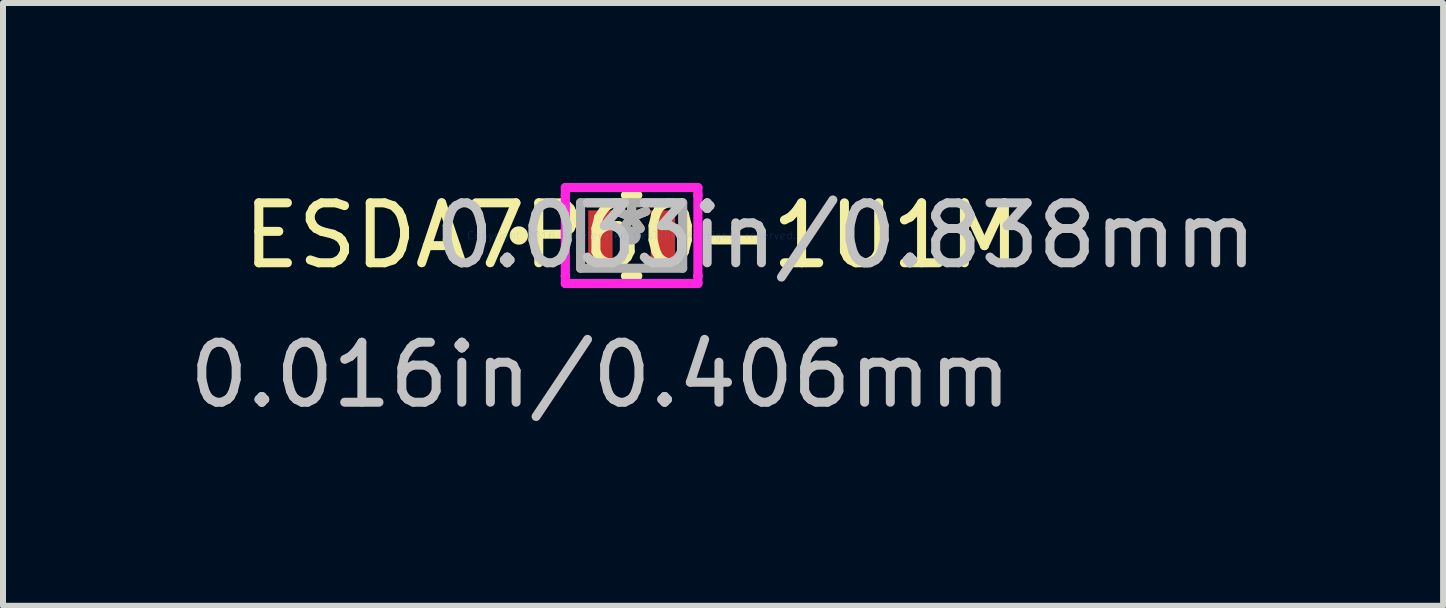
<source format=kicad_pcb>
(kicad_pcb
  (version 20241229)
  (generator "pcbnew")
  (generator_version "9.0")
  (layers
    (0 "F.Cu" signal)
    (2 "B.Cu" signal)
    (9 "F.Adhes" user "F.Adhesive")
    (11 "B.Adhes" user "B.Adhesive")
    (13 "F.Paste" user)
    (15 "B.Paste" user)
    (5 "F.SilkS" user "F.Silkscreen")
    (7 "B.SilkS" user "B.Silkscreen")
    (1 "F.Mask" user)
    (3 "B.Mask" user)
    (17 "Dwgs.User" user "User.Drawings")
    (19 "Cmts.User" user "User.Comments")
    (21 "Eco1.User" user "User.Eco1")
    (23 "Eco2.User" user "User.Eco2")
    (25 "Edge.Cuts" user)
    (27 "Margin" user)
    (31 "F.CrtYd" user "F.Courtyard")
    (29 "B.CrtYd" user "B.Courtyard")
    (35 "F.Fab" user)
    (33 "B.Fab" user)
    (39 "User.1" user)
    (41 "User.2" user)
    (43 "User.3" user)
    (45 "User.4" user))
  (footprint "ESDA7P60-1U1M"
    (layer "F.Cu")
    (at 7.479 0.876)
    (property "Reference" "ESDA7P60-1U1M" (at 0 0 0) (layer "F.SilkS") (effects (font (size 1 1) (thickness 0.15))))
    (attr through_hole)
    (fp_line (start -0.103 0.673) (end 0.103 0.673) (stroke (width 0.152) (type solid)) (layer "F.SilkS"))
    (fp_line (start 0.103 -0.673) (end -0.103 -0.673) (stroke (width 0.152) (type solid)) (layer "F.SilkS"))
    (fp_circle (center -1.88 0) (end -1.803 0) (stroke (width 0.152) (type solid)) (fill no) (layer "F.SilkS"))
    (fp_line (start -1.105 -0.8) (end 1.105 -0.8) (stroke (width 0.152) (type solid)) (layer "F.CrtYd"))
    (fp_line (start -1.105 -0.673) (end -1.105 -0.8) (stroke (width 0.152) (type solid)) (layer "F.CrtYd"))
    (fp_line (start -1.105 -0.673) (end -1.105 -0.673) (stroke (width 0.152) (type solid)) (layer "F.CrtYd"))
    (fp_line (start -1.105 0.673) (end -1.105 -0.673) (stroke (width 0.152) (type solid)) (layer "F.CrtYd"))
    (fp_line (start -1.105 0.673) (end -1.105 0.673) (stroke (width 0.152) (type solid)) (layer "F.CrtYd"))
    (fp_line (start -1.105 0.8) (end -1.105 0.673) (stroke (width 0.152) (type solid)) (layer "F.CrtYd"))
    (fp_line (start 1.105 -0.8) (end 1.105 -0.673) (stroke (width 0.152) (type solid)) (layer "F.CrtYd"))
    (fp_line (start 1.105 -0.673) (end 1.105 -0.673) (stroke (width 0.152) (type solid)) (layer "F.CrtYd"))
    (fp_line (start 1.105 -0.673) (end 1.105 0.673) (stroke (width 0.152) (type solid)) (layer "F.CrtYd"))
    (fp_line (start 1.105 0.673) (end 1.105 0.673) (stroke (width 0.152) (type solid)) (layer "F.CrtYd"))
    (fp_line (start 1.105 0.673) (end 1.105 0.8) (stroke (width 0.152) (type solid)) (layer "F.CrtYd"))
    (fp_line (start 1.105 0.8) (end -1.105 0.8) (stroke (width 0.152) (type solid)) (layer "F.CrtYd"))
    (fp_line (start -0.851 -0.546) (end -0.851 0.546) (stroke (width 0.152) (type solid)) (layer "F.Fab"))
    (fp_line (start -0.851 0.546) (end 0.851 0.546) (stroke (width 0.152) (type solid)) (layer "F.Fab"))
    (fp_line (start 0.851 -0.546) (end -0.851 -0.546) (stroke (width 0.152) (type solid)) (layer "F.Fab"))
    (fp_line (start 0.851 0.546) (end 0.851 -0.546) (stroke (width 0.152) (type solid)) (layer "F.Fab"))
    (fp_circle (center 0 0) (end 0.076 0) (stroke (width 0.152) (type solid)) (fill no) (layer "F.Fab"))
    (fp_text user "*" (at 0 0 0) (layer "F.SilkS") (effects (font (size 1 1) (thickness 0.15))))
    (fp_text user "0.033in/0.838mm" (at 3.569 0 0) (layer "Dwgs.User") (effects (font (size 1 1) (thickness 0.15))))
    (fp_text user "0.016in/0.406mm" (at -0.521 2.324 0) (layer "Dwgs.User") (effects (font (size 1 1) (thickness 0.15))))
    (fp_text user "Copyright 2016 Accelerated Designs. All rights reserved." (at 0 0 0) (layer "Cmts.User") (effects (font (size 0.127 0.127) (thickness 0.002))))
    (fp_text user "*" (at 0 0 0) (layer "F.Fab") (effects (font (size 1 1) (thickness 0.15))))
    (pad "1" smd rect (at -0.521 0) (size 0.406 0.838) (layers "F.Cu" "F.Mask" "F.Paste"))
    (pad "2" smd rect (at 0.521 0) (size 0.406 0.838) (layers "F.Cu" "F.Mask" "F.Paste")))
  (gr_rect
    (start -3 -3)
    (end 21.006 7.049)
    (stroke (width 0.1) (type default))
    (fill no)
    (layer "Edge.Cuts")))
</source>
